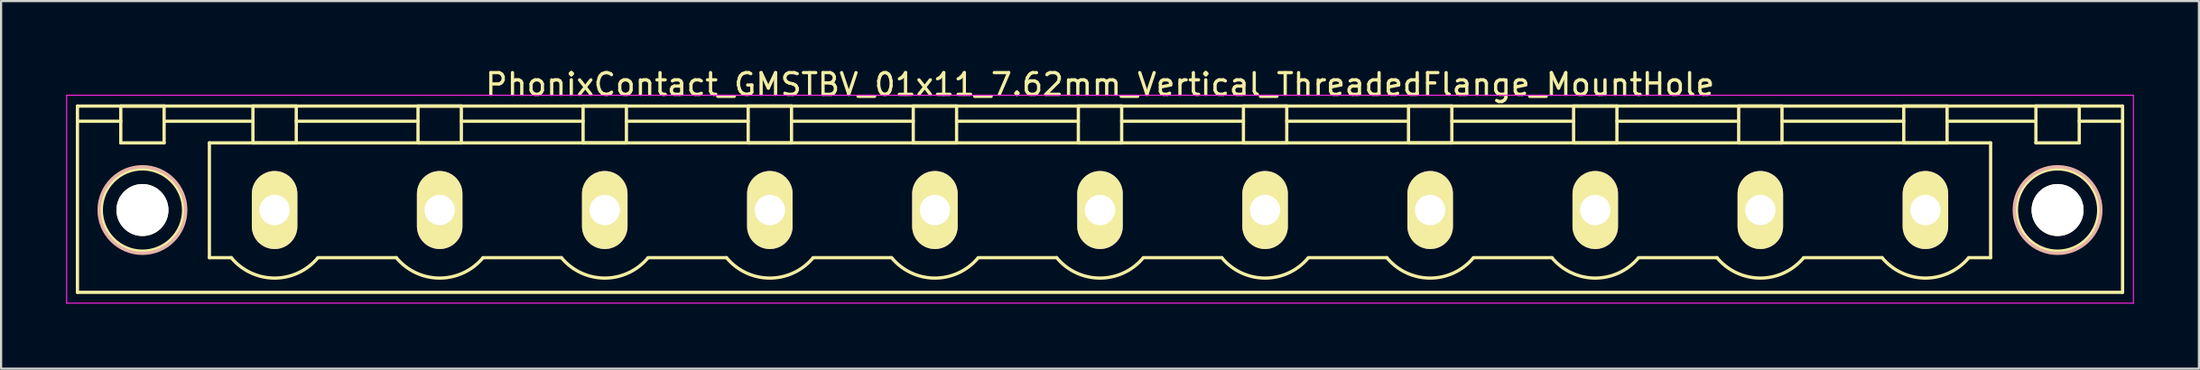
<source format=kicad_pcb>
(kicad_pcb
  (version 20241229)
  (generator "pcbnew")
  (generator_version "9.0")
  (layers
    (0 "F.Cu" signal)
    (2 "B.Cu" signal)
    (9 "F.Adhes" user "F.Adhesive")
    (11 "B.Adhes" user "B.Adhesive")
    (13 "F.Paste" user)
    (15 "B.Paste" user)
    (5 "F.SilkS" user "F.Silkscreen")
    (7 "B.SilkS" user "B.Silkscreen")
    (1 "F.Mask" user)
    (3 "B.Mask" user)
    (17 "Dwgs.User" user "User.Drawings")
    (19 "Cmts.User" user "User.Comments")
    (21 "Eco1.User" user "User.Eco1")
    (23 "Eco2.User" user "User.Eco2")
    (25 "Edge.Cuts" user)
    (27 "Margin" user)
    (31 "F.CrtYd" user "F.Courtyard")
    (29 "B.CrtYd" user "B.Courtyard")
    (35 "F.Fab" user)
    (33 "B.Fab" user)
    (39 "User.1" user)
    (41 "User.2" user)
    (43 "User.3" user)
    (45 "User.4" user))
  (footprint "PhonixContact_GMSTBV_01x11_7.62mm_Vertical_ThreadedFlange_MountHole"
    (layer "F.Cu")
    (at 9.625 6.648)
    (property "Reference" "PhonixContact_GMSTBV_01x11_7.62mm_Vertical_ThreadedFlange_MountHole" (at 38.1 -5.8 0) (layer "F.SilkS") (effects (font (size 1 1) (thickness 0.15))))
    (attr through_hole)
    (fp_line (start -9.1 -4.8) (end -9.1 3.8) (stroke (width 0.15) (type solid)) (layer "F.SilkS"))
    (fp_line (start -9.1 -4.1) (end -7.1 -4.1) (stroke (width 0.15) (type solid)) (layer "F.SilkS"))
    (fp_line (start -9.1 3.8) (end 85.3 3.8) (stroke (width 0.15) (type solid)) (layer "F.SilkS"))
    (fp_line (start -7.1 -4.8) (end -5.1 -4.8) (stroke (width 0.15) (type solid)) (layer "F.SilkS"))
    (fp_line (start -7.1 -3.1) (end -7.1 -4.8) (stroke (width 0.15) (type solid)) (layer "F.SilkS"))
    (fp_line (start -5.1 -4.8) (end -5.1 -3.1) (stroke (width 0.15) (type solid)) (layer "F.SilkS"))
    (fp_line (start -5.1 -4.1) (end -1 -4.1) (stroke (width 0.15) (type solid)) (layer "F.SilkS"))
    (fp_line (start -5.1 -3.1) (end -7.1 -3.1) (stroke (width 0.15) (type solid)) (layer "F.SilkS"))
    (fp_line (start -3.01 -3.1) (end 79.21 -3.1) (stroke (width 0.15) (type solid)) (layer "F.SilkS"))
    (fp_line (start -3.01 2.2) (end -3.01 -3.1) (stroke (width 0.15) (type solid)) (layer "F.SilkS"))
    (fp_line (start -2 2.2) (end -3.01 2.2) (stroke (width 0.15) (type solid)) (layer "F.SilkS"))
    (fp_line (start -1 -4.8) (end 1 -4.8) (stroke (width 0.15) (type solid)) (layer "F.SilkS"))
    (fp_line (start -1 -3.1) (end -1 -4.8) (stroke (width 0.15) (type solid)) (layer "F.SilkS"))
    (fp_line (start 1 -4.8) (end 1 -3.1) (stroke (width 0.15) (type solid)) (layer "F.SilkS"))
    (fp_line (start 1 -4.1) (end 6.62 -4.1) (stroke (width 0.15) (type solid)) (layer "F.SilkS"))
    (fp_line (start 1 -3.1) (end -1 -3.1) (stroke (width 0.15) (type solid)) (layer "F.SilkS"))
    (fp_line (start 2 2.2) (end 5.62 2.2) (stroke (width 0.15) (type solid)) (layer "F.SilkS"))
    (fp_line (start 6.62 -4.8) (end 8.62 -4.8) (stroke (width 0.15) (type solid)) (layer "F.SilkS"))
    (fp_line (start 6.62 -3.1) (end 6.62 -4.8) (stroke (width 0.15) (type solid)) (layer "F.SilkS"))
    (fp_line (start 8.62 -4.8) (end 8.62 -3.1) (stroke (width 0.15) (type solid)) (layer "F.SilkS"))
    (fp_line (start 8.62 -4.1) (end 14.24 -4.1) (stroke (width 0.15) (type solid)) (layer "F.SilkS"))
    (fp_line (start 8.62 -3.1) (end 6.62 -3.1) (stroke (width 0.15) (type solid)) (layer "F.SilkS"))
    (fp_line (start 9.62 2.2) (end 13.24 2.2) (stroke (width 0.15) (type solid)) (layer "F.SilkS"))
    (fp_line (start 14.24 -4.8) (end 16.24 -4.8) (stroke (width 0.15) (type solid)) (layer "F.SilkS"))
    (fp_line (start 14.24 -3.1) (end 14.24 -4.8) (stroke (width 0.15) (type solid)) (layer "F.SilkS"))
    (fp_line (start 16.24 -4.8) (end 16.24 -3.1) (stroke (width 0.15) (type solid)) (layer "F.SilkS"))
    (fp_line (start 16.24 -4.1) (end 21.86 -4.1) (stroke (width 0.15) (type solid)) (layer "F.SilkS"))
    (fp_line (start 16.24 -3.1) (end 14.24 -3.1) (stroke (width 0.15) (type solid)) (layer "F.SilkS"))
    (fp_line (start 17.24 2.2) (end 20.86 2.2) (stroke (width 0.15) (type solid)) (layer "F.SilkS"))
    (fp_line (start 21.86 -4.8) (end 23.86 -4.8) (stroke (width 0.15) (type solid)) (layer "F.SilkS"))
    (fp_line (start 21.86 -3.1) (end 21.86 -4.8) (stroke (width 0.15) (type solid)) (layer "F.SilkS"))
    (fp_line (start 23.86 -4.8) (end 23.86 -3.1) (stroke (width 0.15) (type solid)) (layer "F.SilkS"))
    (fp_line (start 23.86 -4.1) (end 29.48 -4.1) (stroke (width 0.15) (type solid)) (layer "F.SilkS"))
    (fp_line (start 23.86 -3.1) (end 21.86 -3.1) (stroke (width 0.15) (type solid)) (layer "F.SilkS"))
    (fp_line (start 24.86 2.2) (end 28.48 2.2) (stroke (width 0.15) (type solid)) (layer "F.SilkS"))
    (fp_line (start 29.48 -4.8) (end 31.48 -4.8) (stroke (width 0.15) (type solid)) (layer "F.SilkS"))
    (fp_line (start 29.48 -3.1) (end 29.48 -4.8) (stroke (width 0.15) (type solid)) (layer "F.SilkS"))
    (fp_line (start 31.48 -4.8) (end 31.48 -3.1) (stroke (width 0.15) (type solid)) (layer "F.SilkS"))
    (fp_line (start 31.48 -4.1) (end 37.1 -4.1) (stroke (width 0.15) (type solid)) (layer "F.SilkS"))
    (fp_line (start 31.48 -3.1) (end 29.48 -3.1) (stroke (width 0.15) (type solid)) (layer "F.SilkS"))
    (fp_line (start 32.48 2.2) (end 36.1 2.2) (stroke (width 0.15) (type solid)) (layer "F.SilkS"))
    (fp_line (start 37.1 -4.8) (end 39.1 -4.8) (stroke (width 0.15) (type solid)) (layer "F.SilkS"))
    (fp_line (start 37.1 -3.1) (end 37.1 -4.8) (stroke (width 0.15) (type solid)) (layer "F.SilkS"))
    (fp_line (start 39.1 -4.8) (end 39.1 -3.1) (stroke (width 0.15) (type solid)) (layer "F.SilkS"))
    (fp_line (start 39.1 -4.1) (end 44.72 -4.1) (stroke (width 0.15) (type solid)) (layer "F.SilkS"))
    (fp_line (start 39.1 -3.1) (end 37.1 -3.1) (stroke (width 0.15) (type solid)) (layer "F.SilkS"))
    (fp_line (start 40.1 2.2) (end 43.72 2.2) (stroke (width 0.15) (type solid)) (layer "F.SilkS"))
    (fp_line (start 44.72 -4.8) (end 46.72 -4.8) (stroke (width 0.15) (type solid)) (layer "F.SilkS"))
    (fp_line (start 44.72 -3.1) (end 44.72 -4.8) (stroke (width 0.15) (type solid)) (layer "F.SilkS"))
    (fp_line (start 46.72 -4.8) (end 46.72 -3.1) (stroke (width 0.15) (type solid)) (layer "F.SilkS"))
    (fp_line (start 46.72 -4.1) (end 52.34 -4.1) (stroke (width 0.15) (type solid)) (layer "F.SilkS"))
    (fp_line (start 46.72 -3.1) (end 44.72 -3.1) (stroke (width 0.15) (type solid)) (layer "F.SilkS"))
    (fp_line (start 47.72 2.2) (end 51.34 2.2) (stroke (width 0.15) (type solid)) (layer "F.SilkS"))
    (fp_line (start 52.34 -4.8) (end 54.34 -4.8) (stroke (width 0.15) (type solid)) (layer "F.SilkS"))
    (fp_line (start 52.34 -3.1) (end 52.34 -4.8) (stroke (width 0.15) (type solid)) (layer "F.SilkS"))
    (fp_line (start 54.34 -4.8) (end 54.34 -3.1) (stroke (width 0.15) (type solid)) (layer "F.SilkS"))
    (fp_line (start 54.34 -4.1) (end 59.96 -4.1) (stroke (width 0.15) (type solid)) (layer "F.SilkS"))
    (fp_line (start 54.34 -3.1) (end 52.34 -3.1) (stroke (width 0.15) (type solid)) (layer "F.SilkS"))
    (fp_line (start 55.34 2.2) (end 58.96 2.2) (stroke (width 0.15) (type solid)) (layer "F.SilkS"))
    (fp_line (start 59.96 -4.8) (end 61.96 -4.8) (stroke (width 0.15) (type solid)) (layer "F.SilkS"))
    (fp_line (start 59.96 -3.1) (end 59.96 -4.8) (stroke (width 0.15) (type solid)) (layer "F.SilkS"))
    (fp_line (start 61.96 -4.8) (end 61.96 -3.1) (stroke (width 0.15) (type solid)) (layer "F.SilkS"))
    (fp_line (start 61.96 -4.1) (end 67.58 -4.1) (stroke (width 0.15) (type solid)) (layer "F.SilkS"))
    (fp_line (start 61.96 -3.1) (end 59.96 -3.1) (stroke (width 0.15) (type solid)) (layer "F.SilkS"))
    (fp_line (start 62.96 2.2) (end 66.58 2.2) (stroke (width 0.15) (type solid)) (layer "F.SilkS"))
    (fp_line (start 67.58 -4.8) (end 69.58 -4.8) (stroke (width 0.15) (type solid)) (layer "F.SilkS"))
    (fp_line (start 67.58 -3.1) (end 67.58 -4.8) (stroke (width 0.15) (type solid)) (layer "F.SilkS"))
    (fp_line (start 69.58 -4.8) (end 69.58 -3.1) (stroke (width 0.15) (type solid)) (layer "F.SilkS"))
    (fp_line (start 69.58 -4.1) (end 75.2 -4.1) (stroke (width 0.15) (type solid)) (layer "F.SilkS"))
    (fp_line (start 69.58 -3.1) (end 67.58 -3.1) (stroke (width 0.15) (type solid)) (layer "F.SilkS"))
    (fp_line (start 70.58 2.2) (end 74.2 2.2) (stroke (width 0.15) (type solid)) (layer "F.SilkS"))
    (fp_line (start 75.2 -4.8) (end 77.2 -4.8) (stroke (width 0.15) (type solid)) (layer "F.SilkS"))
    (fp_line (start 75.2 -3.1) (end 75.2 -4.8) (stroke (width 0.15) (type solid)) (layer "F.SilkS"))
    (fp_line (start 77.2 -4.8) (end 77.2 -3.1) (stroke (width 0.15) (type solid)) (layer "F.SilkS"))
    (fp_line (start 77.2 -4.1) (end 81.3 -4.1) (stroke (width 0.15) (type solid)) (layer "F.SilkS"))
    (fp_line (start 77.2 -3.1) (end 75.2 -3.1) (stroke (width 0.15) (type solid)) (layer "F.SilkS"))
    (fp_line (start 79.21 -3.1) (end 79.21 2.2) (stroke (width 0.15) (type solid)) (layer "F.SilkS"))
    (fp_line (start 79.21 2.2) (end 78.2 2.2) (stroke (width 0.15) (type solid)) (layer "F.SilkS"))
    (fp_line (start 81.3 -4.8) (end 83.3 -4.8) (stroke (width 0.15) (type solid)) (layer "F.SilkS"))
    (fp_line (start 81.3 -3.1) (end 81.3 -4.8) (stroke (width 0.15) (type solid)) (layer "F.SilkS"))
    (fp_line (start 83.3 -4.8) (end 83.3 -3.1) (stroke (width 0.15) (type solid)) (layer "F.SilkS"))
    (fp_line (start 83.3 -3.1) (end 81.3 -3.1) (stroke (width 0.15) (type solid)) (layer "F.SilkS"))
    (fp_line (start 85.3 -4.8) (end -9.1 -4.8) (stroke (width 0.15) (type solid)) (layer "F.SilkS"))
    (fp_line (start 85.3 -4.1) (end 83.3 -4.1) (stroke (width 0.15) (type solid)) (layer "F.SilkS"))
    (fp_line (start 85.3 3.8) (end 85.3 -4.8) (stroke (width 0.15) (type solid)) (layer "F.SilkS"))
    (fp_arc (start 1.986842 2.215821) (mid -0.010289 3.142758) (end -2 2.2) (stroke (width 0.15) (type solid)) (layer "F.SilkS"))
    (fp_arc (start 9.606842 2.215821) (mid 7.609711 3.142758) (end 5.62 2.2) (stroke (width 0.15) (type solid)) (layer "F.SilkS"))
    (fp_arc (start 17.226842 2.215821) (mid 15.229711 3.142758) (end 13.24 2.2) (stroke (width 0.15) (type solid)) (layer "F.SilkS"))
    (fp_arc (start 24.846842 2.215821) (mid 22.849711 3.142758) (end 20.86 2.2) (stroke (width 0.15) (type solid)) (layer "F.SilkS"))
    (fp_arc (start 32.466842 2.215821) (mid 30.469711 3.142758) (end 28.48 2.2) (stroke (width 0.15) (type solid)) (layer "F.SilkS"))
    (fp_arc (start 40.086842 2.215821) (mid 38.089711 3.142758) (end 36.1 2.2) (stroke (width 0.15) (type solid)) (layer "F.SilkS"))
    (fp_arc (start 47.706842 2.215821) (mid 45.709711 3.142758) (end 43.72 2.2) (stroke (width 0.15) (type solid)) (layer "F.SilkS"))
    (fp_arc (start 55.326842 2.215821) (mid 53.329711 3.142758) (end 51.34 2.2) (stroke (width 0.15) (type solid)) (layer "F.SilkS"))
    (fp_arc (start 62.946842 2.215821) (mid 60.949711 3.142758) (end 58.96 2.2) (stroke (width 0.15) (type solid)) (layer "F.SilkS"))
    (fp_arc (start 70.566842 2.215821) (mid 68.569711 3.142758) (end 66.58 2.2) (stroke (width 0.15) (type solid)) (layer "F.SilkS"))
    (fp_arc (start 78.186842 2.215821) (mid 76.189711 3.142758) (end 74.2 2.2) (stroke (width 0.15) (type solid)) (layer "F.SilkS"))
    (fp_circle (center -6.1 0) (end -5.1 0) (stroke (width 0.15) (type solid)) (fill no) (layer "F.SilkS"))
    (fp_circle (center -6.1 0) (end -4.2 0) (stroke (width 0.15) (type solid)) (fill no) (layer "F.SilkS"))
    (fp_circle (center 82.3 0) (end 83.3 0) (stroke (width 0.15) (type solid)) (fill no) (layer "F.SilkS"))
    (fp_circle (center 82.3 0) (end 84.2 0) (stroke (width 0.15) (type solid)) (fill no) (layer "F.SilkS"))
    (fp_circle (center -6.1 0) (end -4.1 0) (stroke (width 0.15) (type solid)) (fill no) (layer "B.SilkS"))
    (fp_circle (center 82.3 0) (end 84.3 0) (stroke (width 0.15) (type solid)) (fill no) (layer "B.SilkS"))
    (fp_line (start -9.6 -5.3) (end -9.6 4.3) (stroke (width 0.05) (type solid)) (layer "F.CrtYd"))
    (fp_line (start -9.6 4.3) (end 85.8 4.3) (stroke (width 0.05) (type solid)) (layer "F.CrtYd"))
    (fp_line (start 85.8 -5.3) (end -9.6 -5.3) (stroke (width 0.05) (type solid)) (layer "F.CrtYd"))
    (fp_line (start 85.8 4.3) (end 85.8 -5.3) (stroke (width 0.05) (type solid)) (layer "F.CrtYd"))
    (pad "" np_thru_hole circle (at -6.1 0) (size 2.4 2.4) (drill 2.4) (layers "*.Cu" "*.Mask" "F.SilkS"))
    (pad "" np_thru_hole circle (at 82.3 0) (size 2.4 2.4) (drill 2.4) (layers "*.Cu" "*.Mask" "F.SilkS"))
    (pad "1" thru_hole oval (at 0 0) (size 2.1 3.6) (drill 1.4) (layers "*.Cu" "*.Mask" "F.SilkS"))
    (pad "2" thru_hole oval (at 7.62 0) (size 2.1 3.6) (drill 1.4) (layers "*.Cu" "*.Mask" "F.SilkS"))
    (pad "3" thru_hole oval (at 15.24 0) (size 2.1 3.6) (drill 1.4) (layers "*.Cu" "*.Mask" "F.SilkS"))
    (pad "4" thru_hole oval (at 22.86 0) (size 2.1 3.6) (drill 1.4) (layers "*.Cu" "*.Mask" "F.SilkS"))
    (pad "5" thru_hole oval (at 30.48 0) (size 2.1 3.6) (drill 1.4) (layers "*.Cu" "*.Mask" "F.SilkS"))
    (pad "6" thru_hole oval (at 38.1 0) (size 2.1 3.6) (drill 1.4) (layers "*.Cu" "*.Mask" "F.SilkS"))
    (pad "7" thru_hole oval (at 45.72 0) (size 2.1 3.6) (drill 1.4) (layers "*.Cu" "*.Mask" "F.SilkS"))
    (pad "8" thru_hole oval (at 53.34 0) (size 2.1 3.6) (drill 1.4) (layers "*.Cu" "*.Mask" "F.SilkS"))
    (pad "9" thru_hole oval (at 60.96 0) (size 2.1 3.6) (drill 1.4) (layers "*.Cu" "*.Mask" "F.SilkS"))
    (pad "10" thru_hole oval (at 68.58 0) (size 2.1 3.6) (drill 1.4) (layers "*.Cu" "*.Mask" "F.SilkS"))
    (pad "11" thru_hole oval (at 76.2 0) (size 2.1 3.6) (drill 1.4) (layers "*.Cu" "*.Mask" "F.SilkS")))
  (gr_rect
    (start -3 -3)
    (end 98.45 13.973)
    (stroke (width 0.1) (type default))
    (fill no)
    (layer "Edge.Cuts")))
</source>
